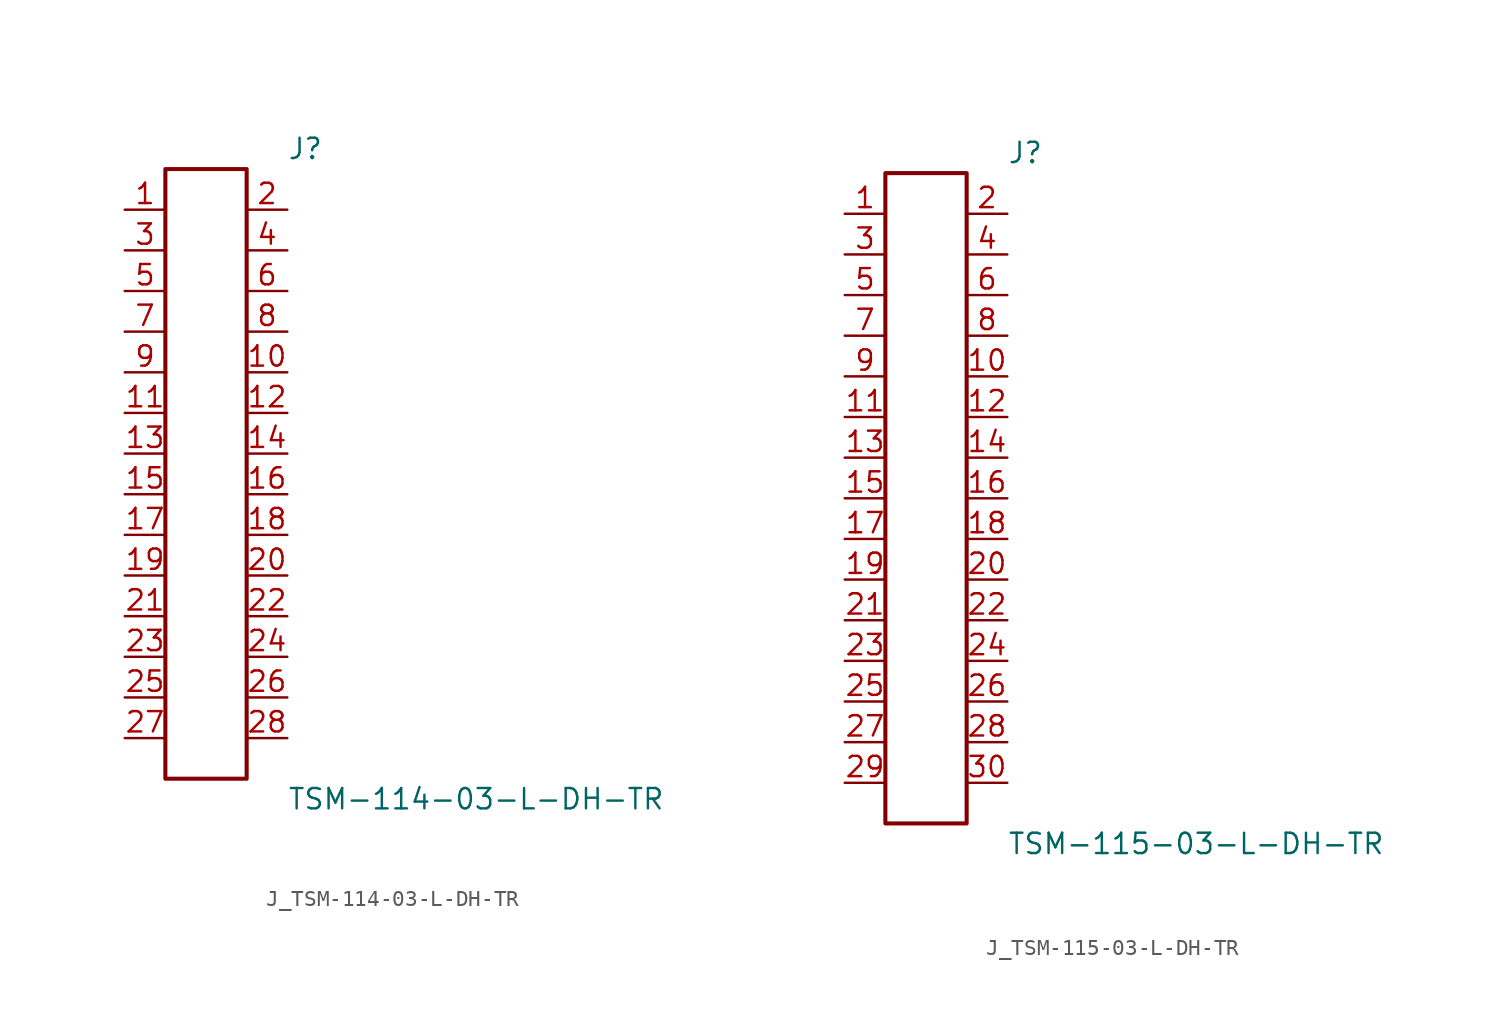
<source format=kicad_sym>
(kicad_symbol_lib
  (version 20231120)
  (generator kicad_symbol_editor)
  (generator_version 8.0)
  (symbol "J_TSM-114-03-L-DH-TR"
    (pin_names
      (offset 0.254))
    (property "Reference" "J"
      (at 5.08 20.32 0)
      (effects (font (size 1.27 1.27)) (justify left)))
    (property "Value" "TSM-114-03-L-DH-TR"
      (at 5.08 -20.32 0)
      (effects (font (size 1.27 1.27)) (justify left)))
    (symbol "J_TSM-114-03-L-DH-TR_0_0"
      (pin passive line (at -5.08 16.51 0) (length 2.54) (name "" (effects (font (size 1.27 1.27)))) (number "1" (effects (font (size 1.27 1.27)))))
      (pin passive line (at 5.08 16.51 180) (length 2.54) (name "" (effects (font (size 1.27 1.27)))) (number "2" (effects (font (size 1.27 1.27)))))
      (pin passive line (at -5.08 13.97 0) (length 2.54) (name "" (effects (font (size 1.27 1.27)))) (number "3" (effects (font (size 1.27 1.27)))))
      (pin passive line (at 5.08 13.97 180) (length 2.54) (name "" (effects (font (size 1.27 1.27)))) (number "4" (effects (font (size 1.27 1.27)))))
      (pin passive line (at -5.08 11.43 0) (length 2.54) (name "" (effects (font (size 1.27 1.27)))) (number "5" (effects (font (size 1.27 1.27)))))
      (pin passive line (at 5.08 11.43 180) (length 2.54) (name "" (effects (font (size 1.27 1.27)))) (number "6" (effects (font (size 1.27 1.27)))))
      (pin passive line (at -5.08 8.89 0) (length 2.54) (name "" (effects (font (size 1.27 1.27)))) (number "7" (effects (font (size 1.27 1.27)))))
      (pin passive line (at 5.08 8.89 180) (length 2.54) (name "" (effects (font (size 1.27 1.27)))) (number "8" (effects (font (size 1.27 1.27)))))
      (pin passive line (at -5.08 6.35 0) (length 2.54) (name "" (effects (font (size 1.27 1.27)))) (number "9" (effects (font (size 1.27 1.27)))))
      (pin passive line (at 5.08 6.35 180) (length 2.54) (name "" (effects (font (size 1.27 1.27)))) (number "10" (effects (font (size 1.27 1.27)))))
      (pin passive line (at -5.08 3.81 0) (length 2.54) (name "" (effects (font (size 1.27 1.27)))) (number "11" (effects (font (size 1.27 1.27)))))
      (pin passive line (at 5.08 3.81 180) (length 2.54) (name "" (effects (font (size 1.27 1.27)))) (number "12" (effects (font (size 1.27 1.27)))))
      (pin passive line (at -5.08 1.27 0) (length 2.54) (name "" (effects (font (size 1.27 1.27)))) (number "13" (effects (font (size 1.27 1.27)))))
      (pin passive line (at 5.08 1.27 180) (length 2.54) (name "" (effects (font (size 1.27 1.27)))) (number "14" (effects (font (size 1.27 1.27)))))
      (pin passive line (at -5.08 -1.27 0) (length 2.54) (name "" (effects (font (size 1.27 1.27)))) (number "15" (effects (font (size 1.27 1.27)))))
      (pin passive line (at 5.08 -1.27 180) (length 2.54) (name "" (effects (font (size 1.27 1.27)))) (number "16" (effects (font (size 1.27 1.27)))))
      (pin passive line (at -5.08 -3.81 0) (length 2.54) (name "" (effects (font (size 1.27 1.27)))) (number "17" (effects (font (size 1.27 1.27)))))
      (pin passive line (at 5.08 -3.81 180) (length 2.54) (name "" (effects (font (size 1.27 1.27)))) (number "18" (effects (font (size 1.27 1.27)))))
      (pin passive line (at -5.08 -6.35 0) (length 2.54) (name "" (effects (font (size 1.27 1.27)))) (number "19" (effects (font (size 1.27 1.27)))))
      (pin passive line (at 5.08 -6.35 180) (length 2.54) (name "" (effects (font (size 1.27 1.27)))) (number "20" (effects (font (size 1.27 1.27)))))
      (pin passive line (at -5.08 -8.89 0) (length 2.54) (name "" (effects (font (size 1.27 1.27)))) (number "21" (effects (font (size 1.27 1.27)))))
      (pin passive line (at 5.08 -8.89 180) (length 2.54) (name "" (effects (font (size 1.27 1.27)))) (number "22" (effects (font (size 1.27 1.27)))))
      (pin passive line (at -5.08 -11.43 0) (length 2.54) (name "" (effects (font (size 1.27 1.27)))) (number "23" (effects (font (size 1.27 1.27)))))
      (pin passive line (at 5.08 -11.43 180) (length 2.54) (name "" (effects (font (size 1.27 1.27)))) (number "24" (effects (font (size 1.27 1.27)))))
      (pin passive line (at -5.08 -13.97 0) (length 2.54) (name "" (effects (font (size 1.27 1.27)))) (number "25" (effects (font (size 1.27 1.27)))))
      (pin passive line (at 5.08 -13.97 180) (length 2.54) (name "" (effects (font (size 1.27 1.27)))) (number "26" (effects (font (size 1.27 1.27)))))
      (pin passive line (at -5.08 -16.51 0) (length 2.54) (name "" (effects (font (size 1.27 1.27)))) (number "27" (effects (font (size 1.27 1.27)))))
      (pin passive line (at 5.08 -16.51 180) (length 2.54) (name "" (effects (font (size 1.27 1.27)))) (number "28" (effects (font (size 1.27 1.27))))))
    (symbol "J_TSM-114-03-L-DH-TR_1_0"
      (rectangle (start -2.54 19.05) (end 2.54 -19.05) (stroke (width 0.254) (type solid)) (fill (type none)))))
  (symbol "J_TSM-115-03-L-DH-TR"
    (pin_names
      (offset 0.254))
    (property "Reference" "J"
      (at 5.08 21.59 0)
      (effects (font (size 1.27 1.27)) (justify left)))
    (property "Value" "TSM-115-03-L-DH-TR"
      (at 5.08 -21.59 0)
      (effects (font (size 1.27 1.27)) (justify left)))
    (symbol "J_TSM-115-03-L-DH-TR_0_0"
      (pin passive line (at -5.08 17.78 0) (length 2.54) (name "" (effects (font (size 1.27 1.27)))) (number "1" (effects (font (size 1.27 1.27)))))
      (pin passive line (at 5.08 17.78 180) (length 2.54) (name "" (effects (font (size 1.27 1.27)))) (number "2" (effects (font (size 1.27 1.27)))))
      (pin passive line (at -5.08 15.24 0) (length 2.54) (name "" (effects (font (size 1.27 1.27)))) (number "3" (effects (font (size 1.27 1.27)))))
      (pin passive line (at 5.08 15.24 180) (length 2.54) (name "" (effects (font (size 1.27 1.27)))) (number "4" (effects (font (size 1.27 1.27)))))
      (pin passive line (at -5.08 12.7 0) (length 2.54) (name "" (effects (font (size 1.27 1.27)))) (number "5" (effects (font (size 1.27 1.27)))))
      (pin passive line (at 5.08 12.7 180) (length 2.54) (name "" (effects (font (size 1.27 1.27)))) (number "6" (effects (font (size 1.27 1.27)))))
      (pin passive line (at -5.08 10.16 0) (length 2.54) (name "" (effects (font (size 1.27 1.27)))) (number "7" (effects (font (size 1.27 1.27)))))
      (pin passive line (at 5.08 10.16 180) (length 2.54) (name "" (effects (font (size 1.27 1.27)))) (number "8" (effects (font (size 1.27 1.27)))))
      (pin passive line (at -5.08 7.62 0) (length 2.54) (name "" (effects (font (size 1.27 1.27)))) (number "9" (effects (font (size 1.27 1.27)))))
      (pin passive line (at 5.08 7.62 180) (length 2.54) (name "" (effects (font (size 1.27 1.27)))) (number "10" (effects (font (size 1.27 1.27)))))
      (pin passive line (at -5.08 5.08 0) (length 2.54) (name "" (effects (font (size 1.27 1.27)))) (number "11" (effects (font (size 1.27 1.27)))))
      (pin passive line (at 5.08 5.08 180) (length 2.54) (name "" (effects (font (size 1.27 1.27)))) (number "12" (effects (font (size 1.27 1.27)))))
      (pin passive line (at -5.08 2.54 0) (length 2.54) (name "" (effects (font (size 1.27 1.27)))) (number "13" (effects (font (size 1.27 1.27)))))
      (pin passive line (at 5.08 2.54 180) (length 2.54) (name "" (effects (font (size 1.27 1.27)))) (number "14" (effects (font (size 1.27 1.27)))))
      (pin passive line (at -5.08 0.0 0) (length 2.54) (name "" (effects (font (size 1.27 1.27)))) (number "15" (effects (font (size 1.27 1.27)))))
      (pin passive line (at 5.08 0.0 180) (length 2.54) (name "" (effects (font (size 1.27 1.27)))) (number "16" (effects (font (size 1.27 1.27)))))
      (pin passive line (at -5.08 -2.54 0) (length 2.54) (name "" (effects (font (size 1.27 1.27)))) (number "17" (effects (font (size 1.27 1.27)))))
      (pin passive line (at 5.08 -2.54 180) (length 2.54) (name "" (effects (font (size 1.27 1.27)))) (number "18" (effects (font (size 1.27 1.27)))))
      (pin passive line (at -5.08 -5.08 0) (length 2.54) (name "" (effects (font (size 1.27 1.27)))) (number "19" (effects (font (size 1.27 1.27)))))
      (pin passive line (at 5.08 -5.08 180) (length 2.54) (name "" (effects (font (size 1.27 1.27)))) (number "20" (effects (font (size 1.27 1.27)))))
      (pin passive line (at -5.08 -7.62 0) (length 2.54) (name "" (effects (font (size 1.27 1.27)))) (number "21" (effects (font (size 1.27 1.27)))))
      (pin passive line (at 5.08 -7.62 180) (length 2.54) (name "" (effects (font (size 1.27 1.27)))) (number "22" (effects (font (size 1.27 1.27)))))
      (pin passive line (at -5.08 -10.16 0) (length 2.54) (name "" (effects (font (size 1.27 1.27)))) (number "23" (effects (font (size 1.27 1.27)))))
      (pin passive line (at 5.08 -10.16 180) (length 2.54) (name "" (effects (font (size 1.27 1.27)))) (number "24" (effects (font (size 1.27 1.27)))))
      (pin passive line (at -5.08 -12.7 0) (length 2.54) (name "" (effects (font (size 1.27 1.27)))) (number "25" (effects (font (size 1.27 1.27)))))
      (pin passive line (at 5.08 -12.7 180) (length 2.54) (name "" (effects (font (size 1.27 1.27)))) (number "26" (effects (font (size 1.27 1.27)))))
      (pin passive line (at -5.08 -15.24 0) (length 2.54) (name "" (effects (font (size 1.27 1.27)))) (number "27" (effects (font (size 1.27 1.27)))))
      (pin passive line (at 5.08 -15.24 180) (length 2.54) (name "" (effects (font (size 1.27 1.27)))) (number "28" (effects (font (size 1.27 1.27)))))
      (pin passive line (at -5.08 -17.78 0) (length 2.54) (name "" (effects (font (size 1.27 1.27)))) (number "29" (effects (font (size 1.27 1.27)))))
      (pin passive line (at 5.08 -17.78 180) (length 2.54) (name "" (effects (font (size 1.27 1.27)))) (number "30" (effects (font (size 1.27 1.27))))))
    (symbol "J_TSM-115-03-L-DH-TR_1_0"
      (rectangle (start -2.54 20.32) (end 2.54 -20.32) (stroke (width 0.254) (type solid)) (fill (type none))))))
</source>
